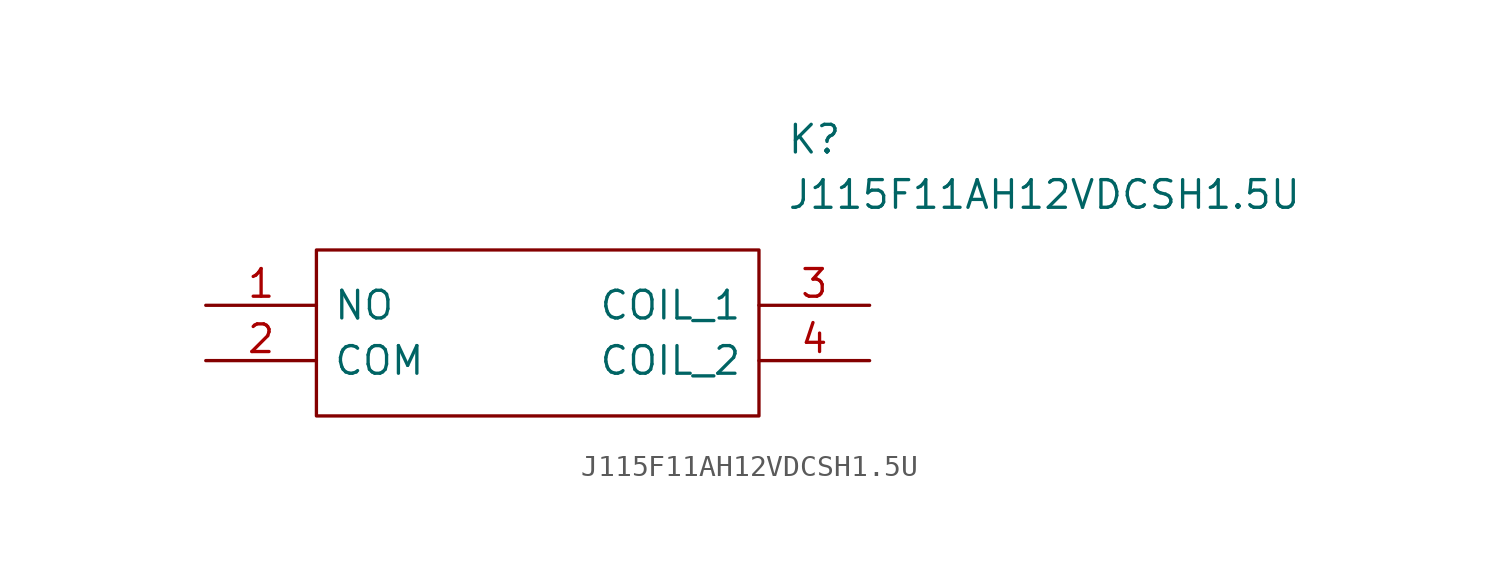
<source format=kicad_sym>
(kicad_symbol_lib
  (version 20211014)
  (generator kicad_symbol_editor)
  (symbol "J115F11AH12VDCSH1.5U"
    (pin_names
      (offset 0.762))
    (property "Reference" "K"
      (at 26.67 7.62 0)
      (effects (font (size 1.27 1.27)) (justify left)))
    (property "Value" "J115F11AH12VDCSH1.5U"
      (at 26.67 5.08 0)
      (effects (font (size 1.27 1.27)) (justify left)))
    (symbol "J115F11AH12VDCSH1.5U_0_0"
      (pin passive line (at 0 0 0) (length 5.08) (name "NO" (effects (font (size 1.27 1.27)))) (number "1" (effects (font (size 1.27 1.27)))))
      (pin passive line (at 0 -2.54 0) (length 5.08) (name "COM" (effects (font (size 1.27 1.27)))) (number "2" (effects (font (size 1.27 1.27)))))
      (pin passive line (at 30.48 0 180) (length 5.08) (name "COIL_1" (effects (font (size 1.27 1.27)))) (number "3" (effects (font (size 1.27 1.27)))))
      (pin passive line (at 30.48 -2.54 180) (length 5.08) (name "COIL_2" (effects (font (size 1.27 1.27)))) (number "4" (effects (font (size 1.27 1.27))))))
    (symbol "J115F11AH12VDCSH1.5U_0_1"
      (polyline (pts (xy 5.08 2.54) (xy 25.4 2.54) (xy 25.4 -5.08) (xy 5.08 -5.08) (xy 5.08 2.54)) (stroke (width 0.152) (type default) (color 0 0 0 0)) (fill (type none))))))
</source>
